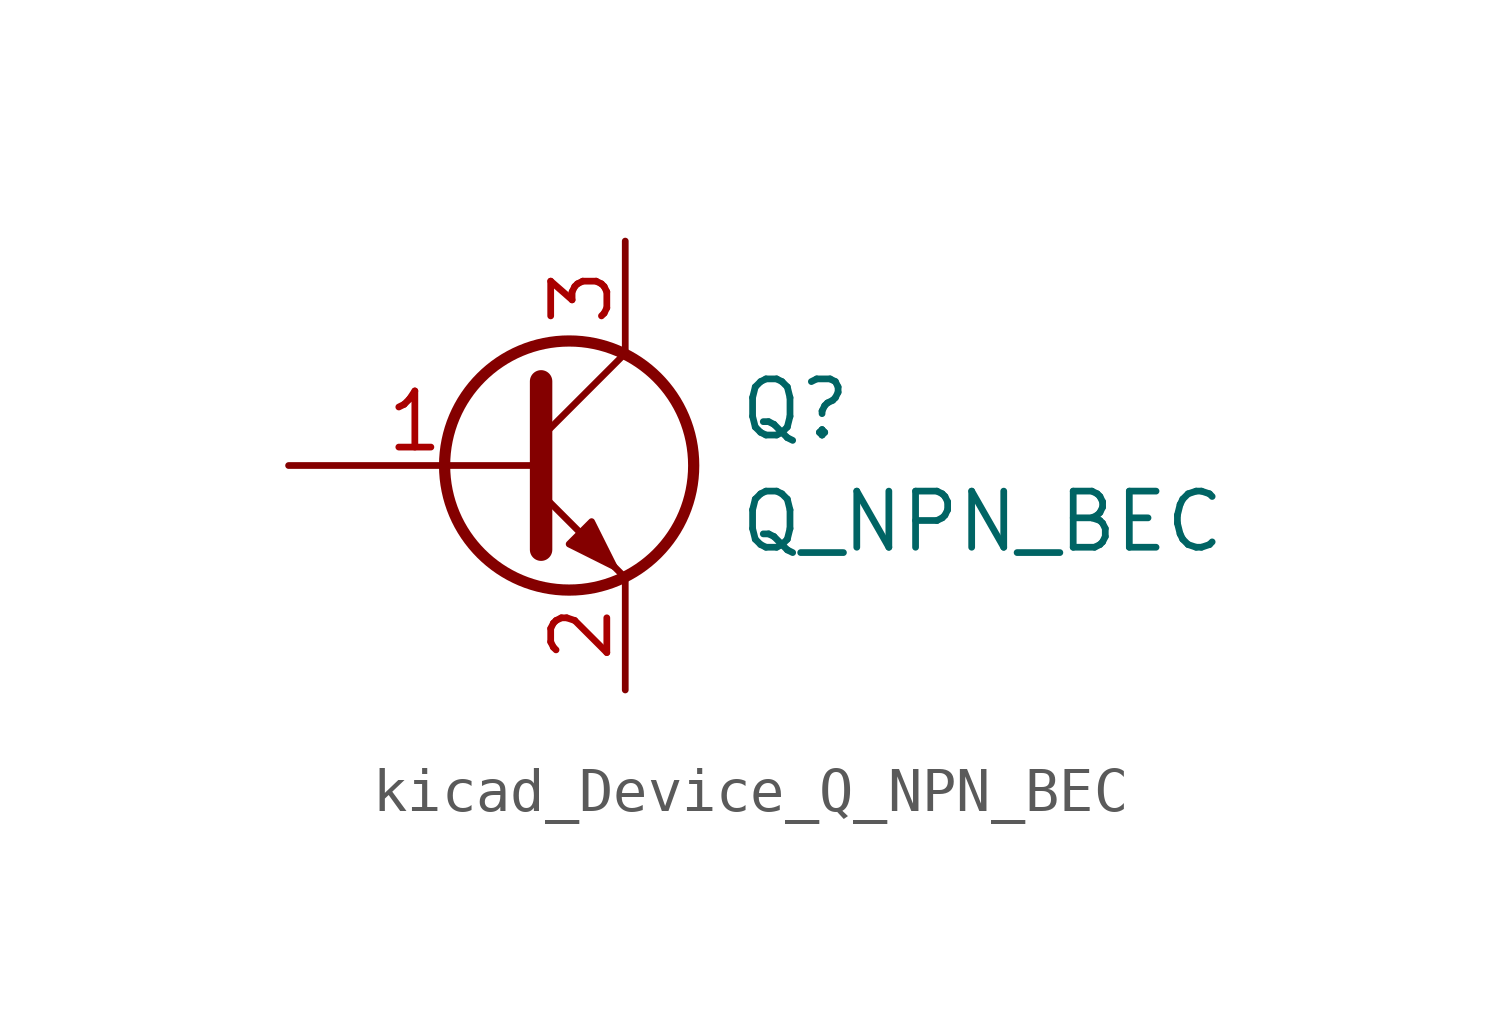
<source format=kicad_sym>
(kicad_symbol_lib
  (version 20220914)
  (generator kicad_symbol_editor)
  (symbol "kicad_Device_Q_NPN_BEC"
    (pin_names
      (offset 0) hide)
    (property "Reference" "Q"
      (at 5.08 1.27 0)
      (effects (font (size 1.27 1.27)) (justify left)))
    (property "Value" "Q_NPN_BEC"
      (at 5.08 -1.27 0)
      (effects (font (size 1.27 1.27)) (justify left)))
    (symbol "kicad_Device_Q_NPN_BEC_0_1"
      (polyline (pts (xy 0.635 0.635) (xy 2.54 2.54)) (stroke (width 0) (type default)) (fill (type none)))
      (polyline (pts (xy 0.635 -0.635) (xy 2.54 -2.54) (xy 2.54 -2.54)) (stroke (width 0) (type default)) (fill (type none)))
      (polyline (pts (xy 0.635 1.905) (xy 0.635 -1.905) (xy 0.635 -1.905)) (stroke (width 0.508) (type default)) (fill (type none)))
      (polyline (pts (xy 1.27 -1.778) (xy 1.778 -1.27) (xy 2.286 -2.286) (xy 1.27 -1.778) (xy 1.27 -1.778)) (stroke (width 0) (type default)) (fill (type outline)))
      (circle (center 1.27 0) (radius 2.819) (stroke (width 0.254) (type default)) (fill (type none))))
    (symbol "kicad_Device_Q_NPN_BEC_1_1"
      (pin input line (at -5.08 0 0) (length 5.715) (name "B" (effects (font (size 1.27 1.27)))) (number "1" (effects (font (size 1.27 1.27)))))
      (pin passive line (at 2.54 -5.08 90) (length 2.54) (name "E" (effects (font (size 1.27 1.27)))) (number "2" (effects (font (size 1.27 1.27)))))
      (pin passive line (at 2.54 5.08 270) (length 2.54) (name "C" (effects (font (size 1.27 1.27)))) (number "3" (effects (font (size 1.27 1.27))))))))
</source>
